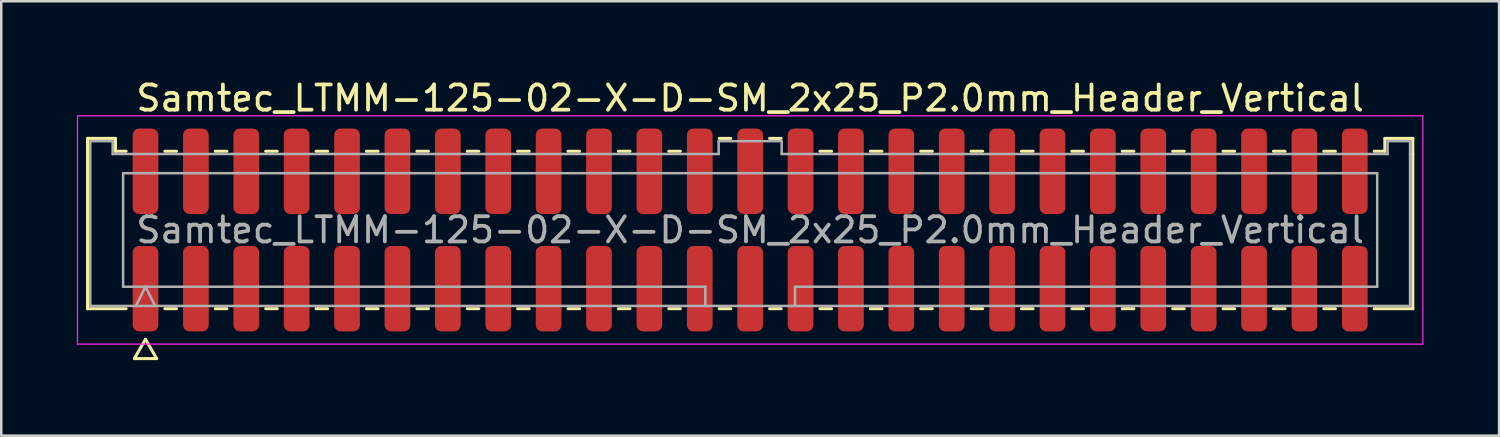
<source format=kicad_pcb>
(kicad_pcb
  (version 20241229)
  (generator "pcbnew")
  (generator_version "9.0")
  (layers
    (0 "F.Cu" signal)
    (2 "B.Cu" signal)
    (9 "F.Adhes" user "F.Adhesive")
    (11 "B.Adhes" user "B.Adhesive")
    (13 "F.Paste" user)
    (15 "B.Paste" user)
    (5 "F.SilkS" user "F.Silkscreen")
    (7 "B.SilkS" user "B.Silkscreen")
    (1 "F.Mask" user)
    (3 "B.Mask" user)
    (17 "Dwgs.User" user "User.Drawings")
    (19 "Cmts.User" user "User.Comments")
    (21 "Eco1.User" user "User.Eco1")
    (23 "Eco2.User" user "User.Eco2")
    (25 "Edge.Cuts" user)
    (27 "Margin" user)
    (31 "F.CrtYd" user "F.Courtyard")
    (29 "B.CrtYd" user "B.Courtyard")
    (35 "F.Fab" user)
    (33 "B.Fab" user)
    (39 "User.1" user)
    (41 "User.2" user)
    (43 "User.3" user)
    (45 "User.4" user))
  (footprint "Samtec_LTMM-125-02-X-D-SM_2x25_P2.0mm_Header_Vertical"
    (layer "F.Cu")
    (at 26.725 6.078)
    (property "Reference" "Samtec_LTMM-125-02-X-D-SM_2x25_P2.0mm_Header_Vertical" (at 0 -5.23 0) (layer "F.SilkS") (effects (font (size 1 1) (thickness 0.15))))
    (attr smd)
    (fp_line (start -26.302 -3.635) (end -25.192 -3.635) (stroke (width 0.12) (type solid)) (layer "F.SilkS"))
    (fp_line (start -26.302 3.125) (end -26.302 -3.635) (stroke (width 0.12) (type solid)) (layer "F.SilkS"))
    (fp_line (start -25.192 -3.635) (end -25.192 -3.125) (stroke (width 0.12) (type solid)) (layer "F.SilkS"))
    (fp_line (start -25.192 -3.125) (end -24.77 -3.125) (stroke (width 0.12) (type solid)) (layer "F.SilkS"))
    (fp_line (start -24.77 3.125) (end -26.302 3.125) (stroke (width 0.12) (type solid)) (layer "F.SilkS"))
    (fp_line (start -24.442 5.105) (end -24 4.34) (stroke (width 0.12) (type solid)) (layer "F.SilkS"))
    (fp_line (start -24 4.34) (end -23.558 5.105) (stroke (width 0.12) (type solid)) (layer "F.SilkS"))
    (fp_line (start -23.558 5.105) (end -24.442 5.105) (stroke (width 0.12) (type solid)) (layer "F.SilkS"))
    (fp_line (start -23.23 -3.125) (end -22.77 -3.125) (stroke (width 0.12) (type solid)) (layer "F.SilkS"))
    (fp_line (start -22.77 3.125) (end -23.23 3.125) (stroke (width 0.12) (type solid)) (layer "F.SilkS"))
    (fp_line (start -21.23 -3.125) (end -20.77 -3.125) (stroke (width 0.12) (type solid)) (layer "F.SilkS"))
    (fp_line (start -20.77 3.125) (end -21.23 3.125) (stroke (width 0.12) (type solid)) (layer "F.SilkS"))
    (fp_line (start -19.23 -3.125) (end -18.77 -3.125) (stroke (width 0.12) (type solid)) (layer "F.SilkS"))
    (fp_line (start -18.77 3.125) (end -19.23 3.125) (stroke (width 0.12) (type solid)) (layer "F.SilkS"))
    (fp_line (start -17.23 -3.125) (end -16.77 -3.125) (stroke (width 0.12) (type solid)) (layer "F.SilkS"))
    (fp_line (start -16.77 3.125) (end -17.23 3.125) (stroke (width 0.12) (type solid)) (layer "F.SilkS"))
    (fp_line (start -15.23 -3.125) (end -14.77 -3.125) (stroke (width 0.12) (type solid)) (layer "F.SilkS"))
    (fp_line (start -14.77 3.125) (end -15.23 3.125) (stroke (width 0.12) (type solid)) (layer "F.SilkS"))
    (fp_line (start -13.23 -3.125) (end -12.77 -3.125) (stroke (width 0.12) (type solid)) (layer "F.SilkS"))
    (fp_line (start -12.77 3.125) (end -13.23 3.125) (stroke (width 0.12) (type solid)) (layer "F.SilkS"))
    (fp_line (start -11.23 -3.125) (end -10.77 -3.125) (stroke (width 0.12) (type solid)) (layer "F.SilkS"))
    (fp_line (start -10.77 3.125) (end -11.23 3.125) (stroke (width 0.12) (type solid)) (layer "F.SilkS"))
    (fp_line (start -9.23 -3.125) (end -8.77 -3.125) (stroke (width 0.12) (type solid)) (layer "F.SilkS"))
    (fp_line (start -8.77 3.125) (end -9.23 3.125) (stroke (width 0.12) (type solid)) (layer "F.SilkS"))
    (fp_line (start -7.23 -3.125) (end -6.77 -3.125) (stroke (width 0.12) (type solid)) (layer "F.SilkS"))
    (fp_line (start -6.77 3.125) (end -7.23 3.125) (stroke (width 0.12) (type solid)) (layer "F.SilkS"))
    (fp_line (start -5.23 -3.125) (end -4.77 -3.125) (stroke (width 0.12) (type solid)) (layer "F.SilkS"))
    (fp_line (start -4.77 3.125) (end -5.23 3.125) (stroke (width 0.12) (type solid)) (layer "F.SilkS"))
    (fp_line (start -3.23 -3.125) (end -2.77 -3.125) (stroke (width 0.12) (type solid)) (layer "F.SilkS"))
    (fp_line (start -2.77 3.125) (end -3.23 3.125) (stroke (width 0.12) (type solid)) (layer "F.SilkS"))
    (fp_line (start -1.23 -3.635) (end -0.77 -3.635) (stroke (width 0.12) (type solid)) (layer "F.SilkS"))
    (fp_line (start -0.77 3.125) (end -1.23 3.125) (stroke (width 0.12) (type solid)) (layer "F.SilkS"))
    (fp_line (start 0.77 -3.635) (end 1.23 -3.635) (stroke (width 0.12) (type solid)) (layer "F.SilkS"))
    (fp_line (start 1.23 3.125) (end 0.77 3.125) (stroke (width 0.12) (type solid)) (layer "F.SilkS"))
    (fp_line (start 2.77 -3.125) (end 3.23 -3.125) (stroke (width 0.12) (type solid)) (layer "F.SilkS"))
    (fp_line (start 3.23 3.125) (end 2.77 3.125) (stroke (width 0.12) (type solid)) (layer "F.SilkS"))
    (fp_line (start 4.77 -3.125) (end 5.23 -3.125) (stroke (width 0.12) (type solid)) (layer "F.SilkS"))
    (fp_line (start 5.23 3.125) (end 4.77 3.125) (stroke (width 0.12) (type solid)) (layer "F.SilkS"))
    (fp_line (start 6.77 -3.125) (end 7.23 -3.125) (stroke (width 0.12) (type solid)) (layer "F.SilkS"))
    (fp_line (start 7.23 3.125) (end 6.77 3.125) (stroke (width 0.12) (type solid)) (layer "F.SilkS"))
    (fp_line (start 8.77 -3.125) (end 9.23 -3.125) (stroke (width 0.12) (type solid)) (layer "F.SilkS"))
    (fp_line (start 9.23 3.125) (end 8.77 3.125) (stroke (width 0.12) (type solid)) (layer "F.SilkS"))
    (fp_line (start 10.77 -3.125) (end 11.23 -3.125) (stroke (width 0.12) (type solid)) (layer "F.SilkS"))
    (fp_line (start 11.23 3.125) (end 10.77 3.125) (stroke (width 0.12) (type solid)) (layer "F.SilkS"))
    (fp_line (start 12.77 -3.125) (end 13.23 -3.125) (stroke (width 0.12) (type solid)) (layer "F.SilkS"))
    (fp_line (start 13.23 3.125) (end 12.77 3.125) (stroke (width 0.12) (type solid)) (layer "F.SilkS"))
    (fp_line (start 14.77 -3.125) (end 15.23 -3.125) (stroke (width 0.12) (type solid)) (layer "F.SilkS"))
    (fp_line (start 15.23 3.125) (end 14.77 3.125) (stroke (width 0.12) (type solid)) (layer "F.SilkS"))
    (fp_line (start 16.77 -3.125) (end 17.23 -3.125) (stroke (width 0.12) (type solid)) (layer "F.SilkS"))
    (fp_line (start 17.23 3.125) (end 16.77 3.125) (stroke (width 0.12) (type solid)) (layer "F.SilkS"))
    (fp_line (start 18.77 -3.125) (end 19.23 -3.125) (stroke (width 0.12) (type solid)) (layer "F.SilkS"))
    (fp_line (start 19.23 3.125) (end 18.77 3.125) (stroke (width 0.12) (type solid)) (layer "F.SilkS"))
    (fp_line (start 20.77 -3.125) (end 21.23 -3.125) (stroke (width 0.12) (type solid)) (layer "F.SilkS"))
    (fp_line (start 21.23 3.125) (end 20.77 3.125) (stroke (width 0.12) (type solid)) (layer "F.SilkS"))
    (fp_line (start 22.77 -3.125) (end 23.23 -3.125) (stroke (width 0.12) (type solid)) (layer "F.SilkS"))
    (fp_line (start 23.23 3.125) (end 22.77 3.125) (stroke (width 0.12) (type solid)) (layer "F.SilkS"))
    (fp_line (start 24.77 -3.125) (end 25.192 -3.125) (stroke (width 0.12) (type solid)) (layer "F.SilkS"))
    (fp_line (start 25.192 -3.635) (end 26.302 -3.635) (stroke (width 0.12) (type solid)) (layer "F.SilkS"))
    (fp_line (start 25.192 -3.125) (end 25.192 -3.635) (stroke (width 0.12) (type solid)) (layer "F.SilkS"))
    (fp_line (start 26.302 -3.635) (end 26.302 -3.015) (stroke (width 0.12) (type solid)) (layer "F.SilkS"))
    (fp_line (start 26.302 -3.015) (end 26.302 3.125) (stroke (width 0.12) (type solid)) (layer "F.SilkS"))
    (fp_line (start 26.302 3.125) (end 24.77 3.125) (stroke (width 0.12) (type solid)) (layer "F.SilkS"))
    (fp_line (start -26.7 -4.53) (end -26.7 4.53) (stroke (width 0.05) (type solid)) (layer "F.CrtYd"))
    (fp_line (start -26.7 4.53) (end 26.7 4.53) (stroke (width 0.05) (type solid)) (layer "F.CrtYd"))
    (fp_line (start 26.7 -4.53) (end -26.7 -4.53) (stroke (width 0.05) (type solid)) (layer "F.CrtYd"))
    (fp_line (start 26.7 4.53) (end 26.7 -4.53) (stroke (width 0.05) (type solid)) (layer "F.CrtYd"))
    (fp_line (start -26.192 -3.525) (end -25.302 -3.525) (stroke (width 0.1) (type solid)) (layer "F.Fab"))
    (fp_line (start -26.192 3.015) (end -26.192 -3.525) (stroke (width 0.1) (type solid)) (layer "F.Fab"))
    (fp_line (start -25.302 -3.525) (end -25.302 -3.015) (stroke (width 0.1) (type solid)) (layer "F.Fab"))
    (fp_line (start -25.302 -3.015) (end -1.25 -3.015) (stroke (width 0.1) (type solid)) (layer "F.Fab"))
    (fp_line (start -24.889 -2.253) (end 24.889 -2.253) (stroke (width 0.1) (type solid)) (layer "F.Fab"))
    (fp_line (start -24.889 2.253) (end -24.889 -2.253) (stroke (width 0.1) (type solid)) (layer "F.Fab"))
    (fp_line (start -24.381 3.015) (end -24 2.253) (stroke (width 0.1) (type solid)) (layer "F.Fab"))
    (fp_line (start -24 2.253) (end -23.619 3.015) (stroke (width 0.1) (type solid)) (layer "F.Fab"))
    (fp_line (start -1.78 2.253) (end -24.889 2.253) (stroke (width 0.1) (type solid)) (layer "F.Fab"))
    (fp_line (start -1.78 3.015) (end -1.78 2.253) (stroke (width 0.1) (type solid)) (layer "F.Fab"))
    (fp_line (start -1.25 -3.525) (end 1.25 -3.525) (stroke (width 0.1) (type solid)) (layer "F.Fab"))
    (fp_line (start -1.25 -3.015) (end -1.25 -3.525) (stroke (width 0.1) (type solid)) (layer "F.Fab"))
    (fp_line (start 1.25 -3.525) (end 1.25 -3.015) (stroke (width 0.1) (type solid)) (layer "F.Fab"))
    (fp_line (start 1.25 -3.015) (end 25.302 -3.015) (stroke (width 0.1) (type solid)) (layer "F.Fab"))
    (fp_line (start 1.78 2.253) (end 1.78 3.015) (stroke (width 0.1) (type solid)) (layer "F.Fab"))
    (fp_line (start 24.889 -2.253) (end 24.889 2.253) (stroke (width 0.1) (type solid)) (layer "F.Fab"))
    (fp_line (start 24.889 2.253) (end 1.78 2.253) (stroke (width 0.1) (type solid)) (layer "F.Fab"))
    (fp_line (start 25.302 -3.525) (end 26.192 -3.525) (stroke (width 0.1) (type solid)) (layer "F.Fab"))
    (fp_line (start 25.302 -3.015) (end 25.302 -3.525) (stroke (width 0.1) (type solid)) (layer "F.Fab"))
    (fp_line (start 26.192 -3.525) (end 26.192 -3.015) (stroke (width 0.1) (type solid)) (layer "F.Fab"))
    (fp_line (start 26.192 -3.015) (end 26.192 3.015) (stroke (width 0.1) (type solid)) (layer "F.Fab"))
    (fp_line (start 26.192 3.015) (end -26.192 3.015) (stroke (width 0.1) (type solid)) (layer "F.Fab"))
    (fp_text user "${REFERENCE}" (at 0 0 0) (layer "F.Fab") (effects (font (size 1 1) (thickness 0.15))))
    (pad "1" smd roundrect (at -24 2.33) (size 1.02 3.39) (layers "F.Cu" "F.Mask" "F.Paste") (roundrect_rratio 0.245))
    (pad "2" smd roundrect (at -24 -2.33) (size 1.02 3.39) (layers "F.Cu" "F.Mask" "F.Paste") (roundrect_rratio 0.245))
    (pad "3" smd roundrect (at -22 2.33) (size 1.02 3.39) (layers "F.Cu" "F.Mask" "F.Paste") (roundrect_rratio 0.245))
    (pad "4" smd roundrect (at -22 -2.33) (size 1.02 3.39) (layers "F.Cu" "F.Mask" "F.Paste") (roundrect_rratio 0.245))
    (pad "5" smd roundrect (at -20 2.33) (size 1.02 3.39) (layers "F.Cu" "F.Mask" "F.Paste") (roundrect_rratio 0.245))
    (pad "6" smd roundrect (at -20 -2.33) (size 1.02 3.39) (layers "F.Cu" "F.Mask" "F.Paste") (roundrect_rratio 0.245))
    (pad "7" smd roundrect (at -18 2.33) (size 1.02 3.39) (layers "F.Cu" "F.Mask" "F.Paste") (roundrect_rratio 0.245))
    (pad "8" smd roundrect (at -18 -2.33) (size 1.02 3.39) (layers "F.Cu" "F.Mask" "F.Paste") (roundrect_rratio 0.245))
    (pad "9" smd roundrect (at -16 2.33) (size 1.02 3.39) (layers "F.Cu" "F.Mask" "F.Paste") (roundrect_rratio 0.245))
    (pad "10" smd roundrect (at -16 -2.33) (size 1.02 3.39) (layers "F.Cu" "F.Mask" "F.Paste") (roundrect_rratio 0.245))
    (pad "11" smd roundrect (at -14 2.33) (size 1.02 3.39) (layers "F.Cu" "F.Mask" "F.Paste") (roundrect_rratio 0.245))
    (pad "12" smd roundrect (at -14 -2.33) (size 1.02 3.39) (layers "F.Cu" "F.Mask" "F.Paste") (roundrect_rratio 0.245))
    (pad "13" smd roundrect (at -12 2.33) (size 1.02 3.39) (layers "F.Cu" "F.Mask" "F.Paste") (roundrect_rratio 0.245))
    (pad "14" smd roundrect (at -12 -2.33) (size 1.02 3.39) (layers "F.Cu" "F.Mask" "F.Paste") (roundrect_rratio 0.245))
    (pad "15" smd roundrect (at -10 2.33) (size 1.02 3.39) (layers "F.Cu" "F.Mask" "F.Paste") (roundrect_rratio 0.245))
    (pad "16" smd roundrect (at -10 -2.33) (size 1.02 3.39) (layers "F.Cu" "F.Mask" "F.Paste") (roundrect_rratio 0.245))
    (pad "17" smd roundrect (at -8 2.33) (size 1.02 3.39) (layers "F.Cu" "F.Mask" "F.Paste") (roundrect_rratio 0.245))
    (pad "18" smd roundrect (at -8 -2.33) (size 1.02 3.39) (layers "F.Cu" "F.Mask" "F.Paste") (roundrect_rratio 0.245))
    (pad "19" smd roundrect (at -6 2.33) (size 1.02 3.39) (layers "F.Cu" "F.Mask" "F.Paste") (roundrect_rratio 0.245))
    (pad "20" smd roundrect (at -6 -2.33) (size 1.02 3.39) (layers "F.Cu" "F.Mask" "F.Paste") (roundrect_rratio 0.245))
    (pad "21" smd roundrect (at -4 2.33) (size 1.02 3.39) (layers "F.Cu" "F.Mask" "F.Paste") (roundrect_rratio 0.245))
    (pad "22" smd roundrect (at -4 -2.33) (size 1.02 3.39) (layers "F.Cu" "F.Mask" "F.Paste") (roundrect_rratio 0.245))
    (pad "23" smd roundrect (at -2 2.33) (size 1.02 3.39) (layers "F.Cu" "F.Mask" "F.Paste") (roundrect_rratio 0.245))
    (pad "24" smd roundrect (at -2 -2.33) (size 1.02 3.39) (layers "F.Cu" "F.Mask" "F.Paste") (roundrect_rratio 0.245))
    (pad "25" smd roundrect (at 0 2.33) (size 1.02 3.39) (layers "F.Cu" "F.Mask" "F.Paste") (roundrect_rratio 0.245))
    (pad "26" smd roundrect (at 0 -2.33) (size 1.02 3.39) (layers "F.Cu" "F.Mask" "F.Paste") (roundrect_rratio 0.245))
    (pad "27" smd roundrect (at 2 2.33) (size 1.02 3.39) (layers "F.Cu" "F.Mask" "F.Paste") (roundrect_rratio 0.245))
    (pad "28" smd roundrect (at 2 -2.33) (size 1.02 3.39) (layers "F.Cu" "F.Mask" "F.Paste") (roundrect_rratio 0.245))
    (pad "29" smd roundrect (at 4 2.33) (size 1.02 3.39) (layers "F.Cu" "F.Mask" "F.Paste") (roundrect_rratio 0.245))
    (pad "30" smd roundrect (at 4 -2.33) (size 1.02 3.39) (layers "F.Cu" "F.Mask" "F.Paste") (roundrect_rratio 0.245))
    (pad "31" smd roundrect (at 6 2.33) (size 1.02 3.39) (layers "F.Cu" "F.Mask" "F.Paste") (roundrect_rratio 0.245))
    (pad "32" smd roundrect (at 6 -2.33) (size 1.02 3.39) (layers "F.Cu" "F.Mask" "F.Paste") (roundrect_rratio 0.245))
    (pad "33" smd roundrect (at 8 2.33) (size 1.02 3.39) (layers "F.Cu" "F.Mask" "F.Paste") (roundrect_rratio 0.245))
    (pad "34" smd roundrect (at 8 -2.33) (size 1.02 3.39) (layers "F.Cu" "F.Mask" "F.Paste") (roundrect_rratio 0.245))
    (pad "35" smd roundrect (at 10 2.33) (size 1.02 3.39) (layers "F.Cu" "F.Mask" "F.Paste") (roundrect_rratio 0.245))
    (pad "36" smd roundrect (at 10 -2.33) (size 1.02 3.39) (layers "F.Cu" "F.Mask" "F.Paste") (roundrect_rratio 0.245))
    (pad "37" smd roundrect (at 12 2.33) (size 1.02 3.39) (layers "F.Cu" "F.Mask" "F.Paste") (roundrect_rratio 0.245))
    (pad "38" smd roundrect (at 12 -2.33) (size 1.02 3.39) (layers "F.Cu" "F.Mask" "F.Paste") (roundrect_rratio 0.245))
    (pad "39" smd roundrect (at 14 2.33) (size 1.02 3.39) (layers "F.Cu" "F.Mask" "F.Paste") (roundrect_rratio 0.245))
    (pad "40" smd roundrect (at 14 -2.33) (size 1.02 3.39) (layers "F.Cu" "F.Mask" "F.Paste") (roundrect_rratio 0.245))
    (pad "41" smd roundrect (at 16 2.33) (size 1.02 3.39) (layers "F.Cu" "F.Mask" "F.Paste") (roundrect_rratio 0.245))
    (pad "42" smd roundrect (at 16 -2.33) (size 1.02 3.39) (layers "F.Cu" "F.Mask" "F.Paste") (roundrect_rratio 0.245))
    (pad "43" smd roundrect (at 18 2.33) (size 1.02 3.39) (layers "F.Cu" "F.Mask" "F.Paste") (roundrect_rratio 0.245))
    (pad "44" smd roundrect (at 18 -2.33) (size 1.02 3.39) (layers "F.Cu" "F.Mask" "F.Paste") (roundrect_rratio 0.245))
    (pad "45" smd roundrect (at 20 2.33) (size 1.02 3.39) (layers "F.Cu" "F.Mask" "F.Paste") (roundrect_rratio 0.245))
    (pad "46" smd roundrect (at 20 -2.33) (size 1.02 3.39) (layers "F.Cu" "F.Mask" "F.Paste") (roundrect_rratio 0.245))
    (pad "47" smd roundrect (at 22 2.33) (size 1.02 3.39) (layers "F.Cu" "F.Mask" "F.Paste") (roundrect_rratio 0.245))
    (pad "48" smd roundrect (at 22 -2.33) (size 1.02 3.39) (layers "F.Cu" "F.Mask" "F.Paste") (roundrect_rratio 0.245))
    (pad "49" smd roundrect (at 24 2.33) (size 1.02 3.39) (layers "F.Cu" "F.Mask" "F.Paste") (roundrect_rratio 0.245))
    (pad "50" smd roundrect (at 24 -2.33) (size 1.02 3.39) (layers "F.Cu" "F.Mask" "F.Paste") (roundrect_rratio 0.245)))
  (gr_rect
    (start -3 -3)
    (end 56.45 14.243)
    (stroke (width 0.1) (type default))
    (fill no)
    (layer "Edge.Cuts")))
</source>
